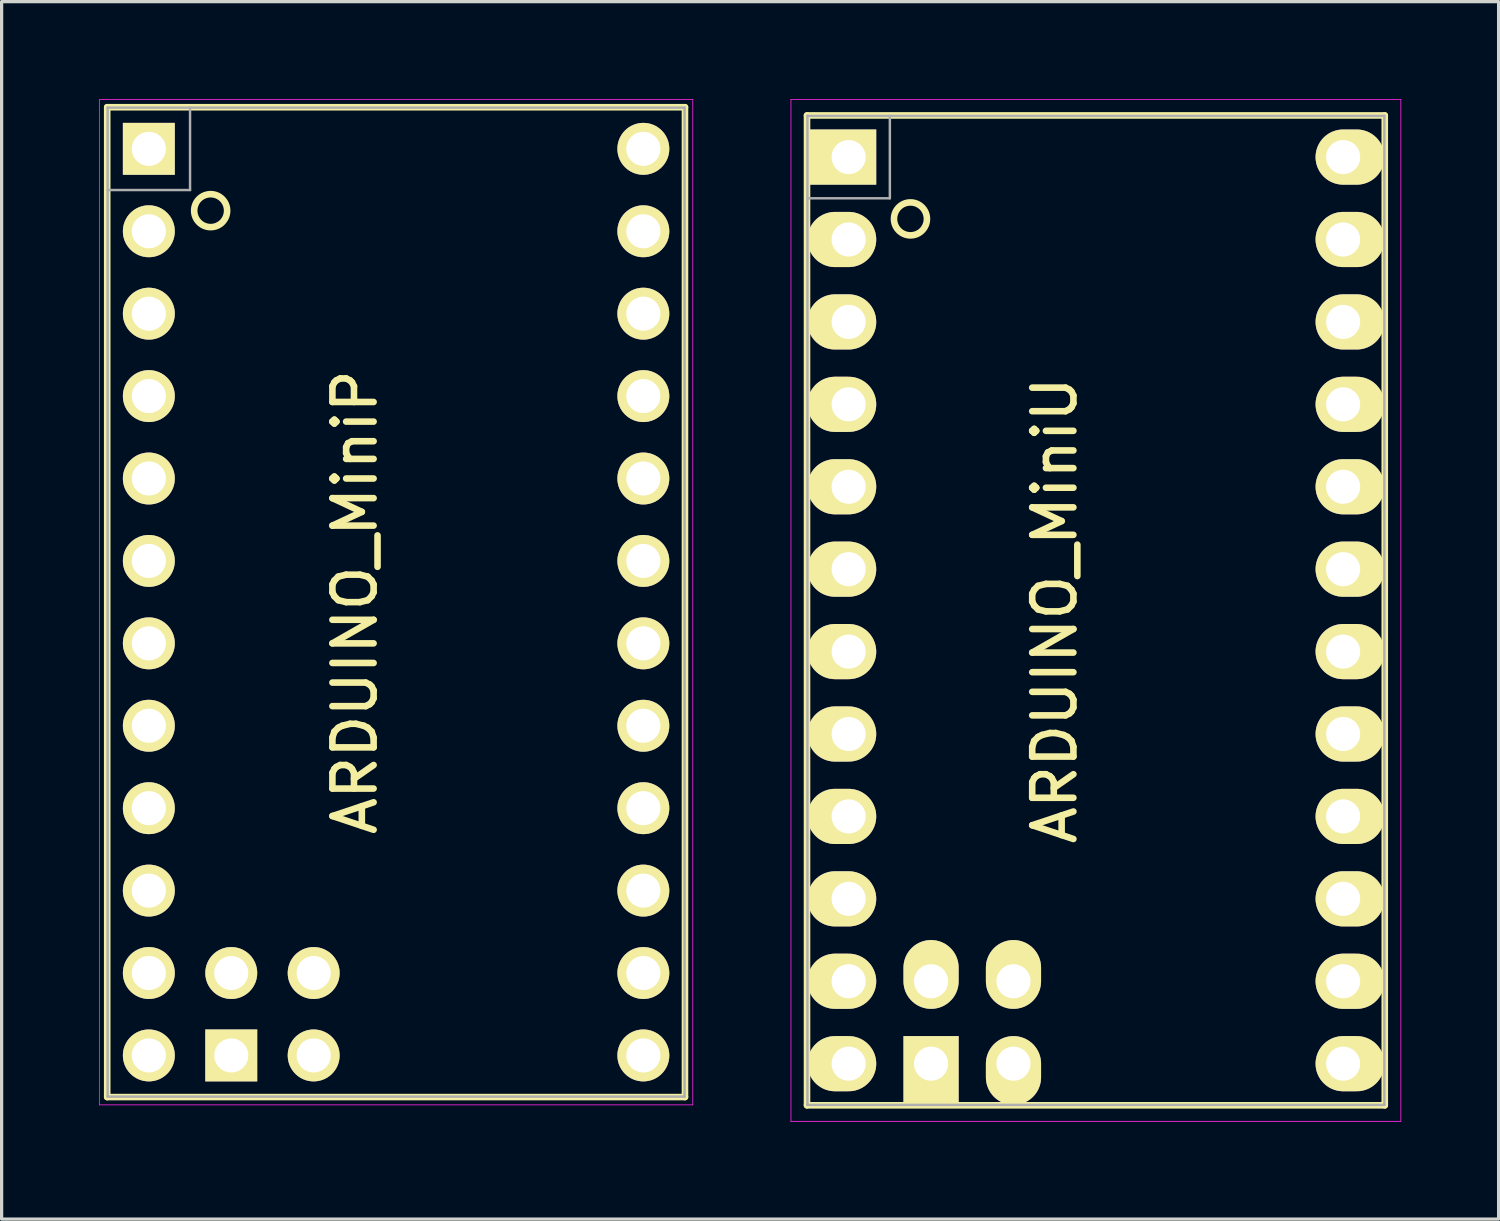
<source format=kicad_pcb>
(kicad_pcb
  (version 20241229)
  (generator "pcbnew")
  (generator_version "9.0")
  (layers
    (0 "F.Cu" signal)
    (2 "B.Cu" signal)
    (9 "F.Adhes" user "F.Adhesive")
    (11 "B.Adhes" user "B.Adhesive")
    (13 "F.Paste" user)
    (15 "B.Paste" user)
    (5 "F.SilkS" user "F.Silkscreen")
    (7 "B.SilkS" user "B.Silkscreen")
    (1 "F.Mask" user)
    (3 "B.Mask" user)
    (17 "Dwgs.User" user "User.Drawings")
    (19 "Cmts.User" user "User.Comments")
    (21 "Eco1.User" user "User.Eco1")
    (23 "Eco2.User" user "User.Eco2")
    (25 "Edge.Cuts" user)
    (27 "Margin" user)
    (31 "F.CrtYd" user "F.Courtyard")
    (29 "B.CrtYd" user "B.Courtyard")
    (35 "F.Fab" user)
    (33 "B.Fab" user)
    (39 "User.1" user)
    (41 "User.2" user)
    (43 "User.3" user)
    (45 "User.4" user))
  (footprint "ARDUINO_MiniU"
    (layer "F.Cu")
    (at 30.724 15.761)
    (property "Reference" "ARDUINO_MiniU" (at -1.27 0 90) (layer "F.SilkS") (effects (font (size 1.27 1.27) (thickness 0.203))))
    (attr through_hole)
    (fp_line (start -8.903 -15.253) (end 8.903 -15.253) (stroke (width 0.203) (type solid)) (layer "F.SilkS"))
    (fp_line (start -8.903 15.253) (end -8.903 -15.253) (stroke (width 0.203) (type solid)) (layer "F.SilkS"))
    (fp_line (start 8.903 -15.253) (end 8.903 15.253) (stroke (width 0.203) (type solid)) (layer "F.SilkS"))
    (fp_line (start 8.903 15.253) (end -8.903 15.253) (stroke (width 0.203) (type solid)) (layer "F.SilkS"))
    (fp_circle (center -5.715 -12.065) (end -5.715 -12.573) (stroke (width 0.203) (type solid)) (fill no) (layer "F.SilkS"))
    (fp_line (start -9.398 -15.748) (end 9.398 -15.748) (stroke (width 0.025) (type solid)) (layer "F.CrtYd"))
    (fp_line (start -9.398 15.748) (end -9.398 -15.748) (stroke (width 0.025) (type solid)) (layer "F.CrtYd"))
    (fp_line (start 9.398 -15.748) (end 9.398 15.748) (stroke (width 0.025) (type solid)) (layer "F.CrtYd"))
    (fp_line (start 9.398 15.748) (end -9.398 15.748) (stroke (width 0.025) (type solid)) (layer "F.CrtYd"))
    (fp_line (start -8.89 -15.24) (end 8.89 -15.24) (stroke (width 0.076) (type solid)) (layer "F.Fab"))
    (fp_line (start -8.89 15.24) (end -8.89 -15.24) (stroke (width 0.076) (type solid)) (layer "F.Fab"))
    (fp_line (start -6.35 -15.24) (end -6.35 -12.7) (stroke (width 0.076) (type solid)) (layer "F.Fab"))
    (fp_line (start -6.35 -12.7) (end -8.89 -12.7) (stroke (width 0.076) (type solid)) (layer "F.Fab"))
    (fp_line (start 8.89 -15.24) (end 8.89 15.24) (stroke (width 0.076) (type solid)) (layer "F.Fab"))
    (fp_line (start 8.89 15.24) (end -8.89 15.24) (stroke (width 0.076) (type solid)) (layer "F.Fab"))
    (pad "1" thru_hole rect (at -7.62 -13.97) (size 2.12 1.7) (drill 1.05 (offset -0.21 0)) (layers "*.Cu" "*.Mask" "F.SilkS"))
    (pad "2" thru_hole oval (at -7.62 -11.43) (size 2.12 1.7) (drill 1.05 (offset -0.21 0)) (layers "*.Cu" "*.Mask" "F.SilkS"))
    (pad "3" thru_hole oval (at -7.62 -8.89) (size 2.12 1.7) (drill 1.05 (offset -0.21 0)) (layers "*.Cu" "*.Mask" "F.SilkS"))
    (pad "4" thru_hole oval (at -7.62 -6.35) (size 2.12 1.7) (drill 1.05 (offset -0.21 0)) (layers "*.Cu" "*.Mask" "F.SilkS"))
    (pad "5" thru_hole oval (at -7.62 -3.81) (size 2.12 1.7) (drill 1.05 (offset -0.21 0)) (layers "*.Cu" "*.Mask" "F.SilkS"))
    (pad "6" thru_hole oval (at -7.62 -1.27) (size 2.12 1.7) (drill 1.05 (offset -0.21 0)) (layers "*.Cu" "*.Mask" "F.SilkS"))
    (pad "7" thru_hole oval (at -7.62 1.27) (size 2.12 1.7) (drill 1.05 (offset -0.21 0)) (layers "*.Cu" "*.Mask" "F.SilkS"))
    (pad "8" thru_hole oval (at -7.62 3.81) (size 2.12 1.7) (drill 1.05 (offset -0.21 0)) (layers "*.Cu" "*.Mask" "F.SilkS"))
    (pad "9" thru_hole oval (at -7.62 6.35) (size 2.12 1.7) (drill 1.05 (offset -0.21 0)) (layers "*.Cu" "*.Mask" "F.SilkS"))
    (pad "10" thru_hole oval (at -7.62 8.89) (size 2.12 1.7) (drill 1.05 (offset -0.21 0)) (layers "*.Cu" "*.Mask" "F.SilkS"))
    (pad "11" thru_hole oval (at -7.62 11.43) (size 2.12 1.7) (drill 1.05 (offset -0.21 0)) (layers "*.Cu" "*.Mask" "F.SilkS"))
    (pad "12" thru_hole oval (at -7.62 13.97) (size 2.12 1.7) (drill 1.05 (offset -0.21 0)) (layers "*.Cu" "*.Mask" "F.SilkS"))
    (pad "13" thru_hole oval (at 7.62 13.97 180) (size 2.12 1.7) (drill 1.05 (offset -0.21 0)) (layers "*.Cu" "*.Mask" "F.SilkS"))
    (pad "14" thru_hole oval (at 7.62 11.43 180) (size 2.12 1.7) (drill 1.05 (offset -0.21 0)) (layers "*.Cu" "*.Mask" "F.SilkS"))
    (pad "15" thru_hole oval (at 7.62 8.89 180) (size 2.12 1.7) (drill 1.05 (offset -0.21 0)) (layers "*.Cu" "*.Mask" "F.SilkS"))
    (pad "16" thru_hole oval (at 7.62 6.35 180) (size 2.12 1.7) (drill 1.05 (offset -0.21 0)) (layers "*.Cu" "*.Mask" "F.SilkS"))
    (pad "17" thru_hole oval (at 7.62 3.81 180) (size 2.12 1.7) (drill 1.05 (offset -0.21 0)) (layers "*.Cu" "*.Mask" "F.SilkS"))
    (pad "18" thru_hole oval (at 7.62 1.27 180) (size 2.12 1.7) (drill 1.05 (offset -0.21 0)) (layers "*.Cu" "*.Mask" "F.SilkS"))
    (pad "19" thru_hole oval (at 7.62 -1.27 180) (size 2.12 1.7) (drill 1.05 (offset -0.21 0)) (layers "*.Cu" "*.Mask" "F.SilkS"))
    (pad "20" thru_hole oval (at 7.62 -3.81 180) (size 2.12 1.7) (drill 1.05 (offset -0.21 0)) (layers "*.Cu" "*.Mask" "F.SilkS"))
    (pad "21" thru_hole oval (at 7.62 -6.35 180) (size 2.12 1.7) (drill 1.05 (offset -0.21 0)) (layers "*.Cu" "*.Mask" "F.SilkS"))
    (pad "22" thru_hole oval (at 7.62 -8.89 180) (size 2.12 1.7) (drill 1.05 (offset -0.21 0)) (layers "*.Cu" "*.Mask" "F.SilkS"))
    (pad "23" thru_hole oval (at 7.62 -11.43 180) (size 2.12 1.7) (drill 1.05 (offset -0.21 0)) (layers "*.Cu" "*.Mask" "F.SilkS"))
    (pad "24" thru_hole oval (at 7.62 -13.97 180) (size 2.12 1.7) (drill 1.05 (offset -0.21 0)) (layers "*.Cu" "*.Mask" "F.SilkS"))
    (pad "A1" thru_hole rect (at -5.08 13.97 90) (size 2.12 1.7) (drill 1.05 (offset -0.21 0)) (layers "*.Cu" "*.Mask" "F.SilkS"))
    (pad "A2" thru_hole oval (at -2.54 13.97 90) (size 2.12 1.7) (drill 1.05 (offset -0.21 0)) (layers "*.Cu" "*.Mask" "F.SilkS"))
    (pad "A3" thru_hole oval (at -5.08 11.43 270) (size 2.12 1.7) (drill 1.05 (offset -0.21 0)) (layers "*.Cu" "*.Mask" "F.SilkS"))
    (pad "A4" thru_hole oval (at -2.54 11.43 270) (size 2.12 1.7) (drill 1.05 (offset -0.21 0)) (layers "*.Cu" "*.Mask" "F.SilkS")))
  (footprint "ARDUINO_MiniP"
    (layer "F.Cu")
    (at 9.157 15.507)
    (property "Reference" "ARDUINO_MiniP" (at -1.27 0 90) (layer "F.SilkS") (effects (font (size 1.27 1.27) (thickness 0.203))))
    (attr through_hole)
    (fp_line (start -8.903 -15.253) (end 8.903 -15.253) (stroke (width 0.203) (type solid)) (layer "F.SilkS"))
    (fp_line (start -8.903 15.253) (end -8.903 -15.253) (stroke (width 0.203) (type solid)) (layer "F.SilkS"))
    (fp_line (start 8.903 -15.253) (end 8.903 15.253) (stroke (width 0.203) (type solid)) (layer "F.SilkS"))
    (fp_line (start 8.903 15.253) (end -8.903 15.253) (stroke (width 0.203) (type solid)) (layer "F.SilkS"))
    (fp_circle (center -5.715 -12.065) (end -5.715 -12.573) (stroke (width 0.203) (type solid)) (fill no) (layer "F.SilkS"))
    (fp_line (start -9.144 -15.494) (end 9.144 -15.494) (stroke (width 0.025) (type solid)) (layer "F.CrtYd"))
    (fp_line (start -9.144 15.494) (end -9.144 -15.494) (stroke (width 0.025) (type solid)) (layer "F.CrtYd"))
    (fp_line (start 9.144 -15.494) (end 9.144 15.494) (stroke (width 0.025) (type solid)) (layer "F.CrtYd"))
    (fp_line (start 9.144 15.494) (end -9.144 15.494) (stroke (width 0.025) (type solid)) (layer "F.CrtYd"))
    (fp_line (start -8.89 -15.24) (end 8.89 -15.24) (stroke (width 0.076) (type solid)) (layer "F.Fab"))
    (fp_line (start -8.89 15.24) (end -8.89 -15.24) (stroke (width 0.076) (type solid)) (layer "F.Fab"))
    (fp_line (start -6.35 -15.24) (end -6.35 -12.7) (stroke (width 0.076) (type solid)) (layer "F.Fab"))
    (fp_line (start -6.35 -12.7) (end -8.89 -12.7) (stroke (width 0.076) (type solid)) (layer "F.Fab"))
    (fp_line (start 8.89 -15.24) (end 8.89 15.24) (stroke (width 0.076) (type solid)) (layer "F.Fab"))
    (fp_line (start 8.89 15.24) (end -8.89 15.24) (stroke (width 0.076) (type solid)) (layer "F.Fab"))
    (pad "1" thru_hole rect (at -7.62 -13.97) (size 1.6 1.6) (drill 1.05) (layers "*.Cu" "*.Mask" "F.SilkS"))
    (pad "2" thru_hole circle (at -7.62 -11.43) (size 1.6 1.6) (drill 1.05) (layers "*.Cu" "*.Mask" "F.SilkS"))
    (pad "3" thru_hole circle (at -7.62 -8.89) (size 1.6 1.6) (drill 1.05) (layers "*.Cu" "*.Mask" "F.SilkS"))
    (pad "4" thru_hole circle (at -7.62 -6.35) (size 1.6 1.6) (drill 1.05) (layers "*.Cu" "*.Mask" "F.SilkS"))
    (pad "5" thru_hole circle (at -7.62 -3.81) (size 1.6 1.6) (drill 1.05) (layers "*.Cu" "*.Mask" "F.SilkS"))
    (pad "6" thru_hole circle (at -7.62 -1.27) (size 1.6 1.6) (drill 1.05) (layers "*.Cu" "*.Mask" "F.SilkS"))
    (pad "7" thru_hole circle (at -7.62 1.27) (size 1.6 1.6) (drill 1.05) (layers "*.Cu" "*.Mask" "F.SilkS"))
    (pad "8" thru_hole circle (at -7.62 3.81) (size 1.6 1.6) (drill 1.05) (layers "*.Cu" "*.Mask" "F.SilkS"))
    (pad "9" thru_hole circle (at -7.62 6.35) (size 1.6 1.6) (drill 1.05) (layers "*.Cu" "*.Mask" "F.SilkS"))
    (pad "10" thru_hole circle (at -7.62 8.89) (size 1.6 1.6) (drill 1.05) (layers "*.Cu" "*.Mask" "F.SilkS"))
    (pad "11" thru_hole circle (at -7.62 11.43) (size 1.6 1.6) (drill 1.05) (layers "*.Cu" "*.Mask" "F.SilkS"))
    (pad "12" thru_hole circle (at -7.62 13.97) (size 1.6 1.6) (drill 1.05) (layers "*.Cu" "*.Mask" "F.SilkS"))
    (pad "13" thru_hole circle (at 7.62 13.97) (size 1.6 1.6) (drill 1.05) (layers "*.Cu" "*.Mask" "F.SilkS"))
    (pad "14" thru_hole circle (at 7.62 11.43) (size 1.6 1.6) (drill 1.05) (layers "*.Cu" "*.Mask" "F.SilkS"))
    (pad "15" thru_hole circle (at 7.62 8.89) (size 1.6 1.6) (drill 1.05) (layers "*.Cu" "*.Mask" "F.SilkS"))
    (pad "16" thru_hole circle (at 7.62 6.35) (size 1.6 1.6) (drill 1.05) (layers "*.Cu" "*.Mask" "F.SilkS"))
    (pad "17" thru_hole circle (at 7.62 3.81) (size 1.6 1.6) (drill 1.05) (layers "*.Cu" "*.Mask" "F.SilkS"))
    (pad "18" thru_hole circle (at 7.62 1.27) (size 1.6 1.6) (drill 1.05) (layers "*.Cu" "*.Mask" "F.SilkS"))
    (pad "19" thru_hole circle (at 7.62 -1.27) (size 1.6 1.6) (drill 1.05) (layers "*.Cu" "*.Mask" "F.SilkS"))
    (pad "20" thru_hole circle (at 7.62 -3.81) (size 1.6 1.6) (drill 1.05) (layers "*.Cu" "*.Mask" "F.SilkS"))
    (pad "21" thru_hole circle (at 7.62 -6.35) (size 1.6 1.6) (drill 1.05) (layers "*.Cu" "*.Mask" "F.SilkS"))
    (pad "22" thru_hole circle (at 7.62 -8.89) (size 1.6 1.6) (drill 1.05) (layers "*.Cu" "*.Mask" "F.SilkS"))
    (pad "23" thru_hole circle (at 7.62 -11.43) (size 1.6 1.6) (drill 1.05) (layers "*.Cu" "*.Mask" "F.SilkS"))
    (pad "24" thru_hole circle (at 7.62 -13.97) (size 1.6 1.6) (drill 1.05) (layers "*.Cu" "*.Mask" "F.SilkS"))
    (pad "A1" thru_hole rect (at -5.08 13.97) (size 1.6 1.6) (drill 1.05) (layers "*.Cu" "*.Mask" "F.SilkS"))
    (pad "A2" thru_hole circle (at -2.54 13.97) (size 1.6 1.6) (drill 1.05) (layers "*.Cu" "*.Mask" "F.SilkS"))
    (pad "A3" thru_hole circle (at -5.08 11.43) (size 1.6 1.6) (drill 1.05) (layers "*.Cu" "*.Mask" "F.SilkS"))
    (pad "A4" thru_hole circle (at -2.54 11.43) (size 1.6 1.6) (drill 1.05) (layers "*.Cu" "*.Mask" "F.SilkS")))
  (gr_rect
    (start -3 -3)
    (end 43.135 34.521)
    (stroke (width 0.1) (type default))
    (fill no)
    (layer "Edge.Cuts")))
</source>
